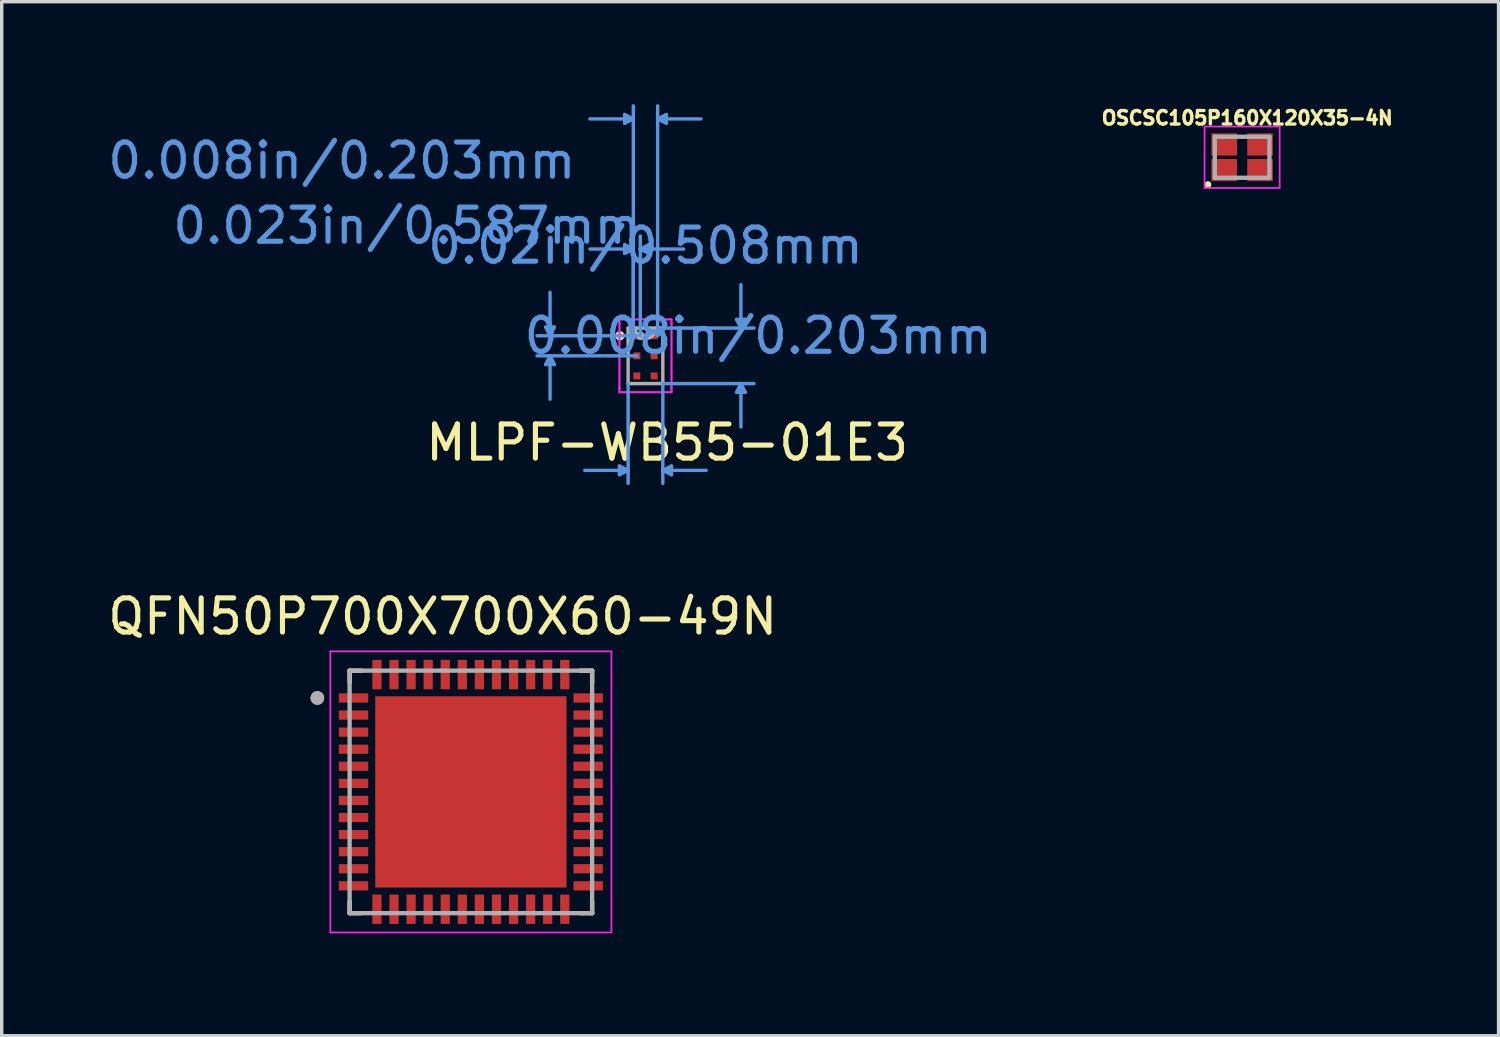
<source format=kicad_pcb>
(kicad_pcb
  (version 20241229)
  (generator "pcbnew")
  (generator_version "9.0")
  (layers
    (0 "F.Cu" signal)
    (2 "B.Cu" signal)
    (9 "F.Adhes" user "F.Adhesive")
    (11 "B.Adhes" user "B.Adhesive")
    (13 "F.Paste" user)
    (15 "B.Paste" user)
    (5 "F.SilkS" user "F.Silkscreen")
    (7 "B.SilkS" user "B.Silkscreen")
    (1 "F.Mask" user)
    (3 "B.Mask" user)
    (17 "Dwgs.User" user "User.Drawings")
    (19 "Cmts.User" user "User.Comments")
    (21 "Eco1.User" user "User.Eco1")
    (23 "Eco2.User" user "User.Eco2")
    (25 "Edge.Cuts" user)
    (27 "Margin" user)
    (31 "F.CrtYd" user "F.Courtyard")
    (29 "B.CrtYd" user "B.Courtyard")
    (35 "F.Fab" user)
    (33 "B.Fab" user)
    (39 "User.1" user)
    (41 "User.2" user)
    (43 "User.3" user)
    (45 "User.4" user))
  (footprint "QFN50P700X700X60-49N"
    (layer "F.Cu")
    (at 10.736 20.135)
    (property "Reference" "QFN50P700X700X60-49N" (at -0.825 -5.135 0) (layer "F.SilkS") (effects (font (size 1 1) (thickness 0.15))))
    (attr through_hole)
    (fp_line (start -3.55 -3.55) (end -3.55 -3.205) (stroke (width 0.127) (type solid)) (layer "F.SilkS"))
    (fp_line (start -3.55 -3.55) (end -3.205 -3.55) (stroke (width 0.127) (type solid)) (layer "F.SilkS"))
    (fp_line (start -3.55 3.55) (end -3.55 3.205) (stroke (width 0.127) (type solid)) (layer "F.SilkS"))
    (fp_line (start -3.55 3.55) (end -3.205 3.55) (stroke (width 0.127) (type solid)) (layer "F.SilkS"))
    (fp_line (start 3.55 -3.55) (end 3.205 -3.55) (stroke (width 0.127) (type solid)) (layer "F.SilkS"))
    (fp_line (start 3.55 -3.55) (end 3.55 -3.205) (stroke (width 0.127) (type solid)) (layer "F.SilkS"))
    (fp_line (start 3.55 3.55) (end 3.205 3.55) (stroke (width 0.127) (type solid)) (layer "F.SilkS"))
    (fp_line (start 3.55 3.55) (end 3.55 3.205) (stroke (width 0.127) (type solid)) (layer "F.SilkS"))
    (fp_circle (center -4.495 -2.75) (end -4.395 -2.75) (stroke (width 0.2) (type solid)) (fill no) (layer "F.SilkS"))
    (fp_poly (pts (xy -2.29 -2.29) (xy -0.51 -2.29) (xy -0.51 -0.51) (xy -2.29 -0.51)) (stroke (width 0.01) (type solid)) (fill yes) (layer "F.Paste"))
    (fp_poly (pts (xy -2.29 0.51) (xy -0.51 0.51) (xy -0.51 2.29) (xy -2.29 2.29)) (stroke (width 0.01) (type solid)) (fill yes) (layer "F.Paste"))
    (fp_poly (pts (xy 0.51 -2.29) (xy 2.29 -2.29) (xy 2.29 -0.51) (xy 0.51 -0.51)) (stroke (width 0.01) (type solid)) (fill yes) (layer "F.Paste"))
    (fp_poly (pts (xy 0.51 0.51) (xy 2.29 0.51) (xy 2.29 2.29) (xy 0.51 2.29)) (stroke (width 0.01) (type solid)) (fill yes) (layer "F.Paste"))
    (fp_line (start -4.115 -4.115) (end 4.115 -4.115) (stroke (width 0.05) (type solid)) (layer "F.CrtYd"))
    (fp_line (start -4.115 4.115) (end -4.115 -4.115) (stroke (width 0.05) (type solid)) (layer "F.CrtYd"))
    (fp_line (start -4.115 4.115) (end 4.115 4.115) (stroke (width 0.05) (type solid)) (layer "F.CrtYd"))
    (fp_line (start 4.115 4.115) (end 4.115 -4.115) (stroke (width 0.05) (type solid)) (layer "F.CrtYd"))
    (fp_line (start -3.55 3.55) (end -3.55 -3.55) (stroke (width 0.127) (type solid)) (layer "F.Fab"))
    (fp_line (start 3.55 -3.55) (end -3.55 -3.55) (stroke (width 0.127) (type solid)) (layer "F.Fab"))
    (fp_line (start 3.55 3.55) (end -3.55 3.55) (stroke (width 0.127) (type solid)) (layer "F.Fab"))
    (fp_line (start 3.55 3.55) (end 3.55 -3.55) (stroke (width 0.127) (type solid)) (layer "F.Fab"))
    (fp_circle (center -4.495 -2.75) (end -4.395 -2.75) (stroke (width 0.2) (type solid)) (fill no) (layer "F.Fab"))
    (pad "1" smd roundrect (at -3.435 -2.75) (size 0.86 0.27) (layers "F.Cu" "F.Mask" "F.Paste") (roundrect_rratio 0.03))
    (pad "2" smd roundrect (at -3.435 -2.25) (size 0.86 0.27) (layers "F.Cu" "F.Mask" "F.Paste") (roundrect_rratio 0.03))
    (pad "3" smd roundrect (at -3.435 -1.75) (size 0.86 0.27) (layers "F.Cu" "F.Mask" "F.Paste") (roundrect_rratio 0.03))
    (pad "4" smd roundrect (at -3.435 -1.25) (size 0.86 0.27) (layers "F.Cu" "F.Mask" "F.Paste") (roundrect_rratio 0.03))
    (pad "5" smd roundrect (at -3.435 -0.75) (size 0.86 0.27) (layers "F.Cu" "F.Mask" "F.Paste") (roundrect_rratio 0.03))
    (pad "6" smd roundrect (at -3.435 -0.25) (size 0.86 0.27) (layers "F.Cu" "F.Mask" "F.Paste") (roundrect_rratio 0.03))
    (pad "7" smd roundrect (at -3.435 0.25) (size 0.86 0.27) (layers "F.Cu" "F.Mask" "F.Paste") (roundrect_rratio 0.03))
    (pad "8" smd roundrect (at -3.435 0.75) (size 0.86 0.27) (layers "F.Cu" "F.Mask" "F.Paste") (roundrect_rratio 0.03))
    (pad "9" smd roundrect (at -3.435 1.25) (size 0.86 0.27) (layers "F.Cu" "F.Mask" "F.Paste") (roundrect_rratio 0.03))
    (pad "10" smd roundrect (at -3.435 1.75) (size 0.86 0.27) (layers "F.Cu" "F.Mask" "F.Paste") (roundrect_rratio 0.03))
    (pad "11" smd roundrect (at -3.435 2.25) (size 0.86 0.27) (layers "F.Cu" "F.Mask" "F.Paste") (roundrect_rratio 0.03))
    (pad "12" smd roundrect (at -3.435 2.75) (size 0.86 0.27) (layers "F.Cu" "F.Mask" "F.Paste") (roundrect_rratio 0.03))
    (pad "13" smd roundrect (at -2.75 3.435 90) (size 0.86 0.27) (layers "F.Cu" "F.Mask" "F.Paste") (roundrect_rratio 0.03))
    (pad "14" smd roundrect (at -2.25 3.435 90) (size 0.86 0.27) (layers "F.Cu" "F.Mask" "F.Paste") (roundrect_rratio 0.03))
    (pad "15" smd roundrect (at -1.75 3.435 90) (size 0.86 0.27) (layers "F.Cu" "F.Mask" "F.Paste") (roundrect_rratio 0.03))
    (pad "16" smd roundrect (at -1.25 3.435 90) (size 0.86 0.27) (layers "F.Cu" "F.Mask" "F.Paste") (roundrect_rratio 0.03))
    (pad "17" smd roundrect (at -0.75 3.435 90) (size 0.86 0.27) (layers "F.Cu" "F.Mask" "F.Paste") (roundrect_rratio 0.03))
    (pad "18" smd roundrect (at -0.25 3.435 90) (size 0.86 0.27) (layers "F.Cu" "F.Mask" "F.Paste") (roundrect_rratio 0.03))
    (pad "19" smd roundrect (at 0.25 3.435 90) (size 0.86 0.27) (layers "F.Cu" "F.Mask" "F.Paste") (roundrect_rratio 0.03))
    (pad "20" smd roundrect (at 0.75 3.435 90) (size 0.86 0.27) (layers "F.Cu" "F.Mask" "F.Paste") (roundrect_rratio 0.03))
    (pad "21" smd roundrect (at 1.25 3.435 90) (size 0.86 0.27) (layers "F.Cu" "F.Mask" "F.Paste") (roundrect_rratio 0.03))
    (pad "22" smd roundrect (at 1.75 3.435 90) (size 0.86 0.27) (layers "F.Cu" "F.Mask" "F.Paste") (roundrect_rratio 0.03))
    (pad "23" smd roundrect (at 2.25 3.435 90) (size 0.86 0.27) (layers "F.Cu" "F.Mask" "F.Paste") (roundrect_rratio 0.03))
    (pad "24" smd roundrect (at 2.75 3.435 90) (size 0.86 0.27) (layers "F.Cu" "F.Mask" "F.Paste") (roundrect_rratio 0.03))
    (pad "25" smd roundrect (at 3.435 2.75) (size 0.86 0.27) (layers "F.Cu" "F.Mask" "F.Paste") (roundrect_rratio 0.03))
    (pad "26" smd roundrect (at 3.435 2.25) (size 0.86 0.27) (layers "F.Cu" "F.Mask" "F.Paste") (roundrect_rratio 0.03))
    (pad "27" smd roundrect (at 3.435 1.75) (size 0.86 0.27) (layers "F.Cu" "F.Mask" "F.Paste") (roundrect_rratio 0.03))
    (pad "28" smd roundrect (at 3.435 1.25) (size 0.86 0.27) (layers "F.Cu" "F.Mask" "F.Paste") (roundrect_rratio 0.03))
    (pad "29" smd roundrect (at 3.435 0.75) (size 0.86 0.27) (layers "F.Cu" "F.Mask" "F.Paste") (roundrect_rratio 0.03))
    (pad "30" smd roundrect (at 3.435 0.25) (size 0.86 0.27) (layers "F.Cu" "F.Mask" "F.Paste") (roundrect_rratio 0.03))
    (pad "31" smd roundrect (at 3.435 -0.25) (size 0.86 0.27) (layers "F.Cu" "F.Mask" "F.Paste") (roundrect_rratio 0.03))
    (pad "32" smd roundrect (at 3.435 -0.75) (size 0.86 0.27) (layers "F.Cu" "F.Mask" "F.Paste") (roundrect_rratio 0.03))
    (pad "33" smd roundrect (at 3.435 -1.25) (size 0.86 0.27) (layers "F.Cu" "F.Mask" "F.Paste") (roundrect_rratio 0.03))
    (pad "34" smd roundrect (at 3.435 -1.75) (size 0.86 0.27) (layers "F.Cu" "F.Mask" "F.Paste") (roundrect_rratio 0.03))
    (pad "35" smd roundrect (at 3.435 -2.25) (size 0.86 0.27) (layers "F.Cu" "F.Mask" "F.Paste") (roundrect_rratio 0.03))
    (pad "36" smd roundrect (at 3.435 -2.75) (size 0.86 0.27) (layers "F.Cu" "F.Mask" "F.Paste") (roundrect_rratio 0.03))
    (pad "37" smd roundrect (at 2.75 -3.435 90) (size 0.86 0.27) (layers "F.Cu" "F.Mask" "F.Paste") (roundrect_rratio 0.03))
    (pad "38" smd roundrect (at 2.25 -3.435 90) (size 0.86 0.27) (layers "F.Cu" "F.Mask" "F.Paste") (roundrect_rratio 0.03))
    (pad "39" smd roundrect (at 1.75 -3.435 90) (size 0.86 0.27) (layers "F.Cu" "F.Mask" "F.Paste") (roundrect_rratio 0.03))
    (pad "40" smd roundrect (at 1.25 -3.435 90) (size 0.86 0.27) (layers "F.Cu" "F.Mask" "F.Paste") (roundrect_rratio 0.03))
    (pad "41" smd roundrect (at 0.75 -3.435 90) (size 0.86 0.27) (layers "F.Cu" "F.Mask" "F.Paste") (roundrect_rratio 0.03))
    (pad "42" smd roundrect (at 0.25 -3.435 90) (size 0.86 0.27) (layers "F.Cu" "F.Mask" "F.Paste") (roundrect_rratio 0.03))
    (pad "43" smd roundrect (at -0.25 -3.435 90) (size 0.86 0.27) (layers "F.Cu" "F.Mask" "F.Paste") (roundrect_rratio 0.03))
    (pad "44" smd roundrect (at -0.75 -3.435 90) (size 0.86 0.27) (layers "F.Cu" "F.Mask" "F.Paste") (roundrect_rratio 0.03))
    (pad "45" smd roundrect (at -1.25 -3.435 90) (size 0.86 0.27) (layers "F.Cu" "F.Mask" "F.Paste") (roundrect_rratio 0.03))
    (pad "46" smd roundrect (at -1.75 -3.435 90) (size 0.86 0.27) (layers "F.Cu" "F.Mask" "F.Paste") (roundrect_rratio 0.03))
    (pad "47" smd roundrect (at -2.25 -3.435 90) (size 0.86 0.27) (layers "F.Cu" "F.Mask" "F.Paste") (roundrect_rratio 0.03))
    (pad "48" smd roundrect (at -2.75 -3.435 90) (size 0.86 0.27) (layers "F.Cu" "F.Mask" "F.Paste") (roundrect_rratio 0.03))
    (pad "49" smd rect (at 0 0) (size 5.6 5.6) (layers "F.Cu" "F.Mask")))
  (footprint "OSCSC105P160X120X35-4N"
    (layer "F.Cu")
    (at 33.316 1.554)
    (property "Reference" "OSCSC105P160X120X35-4N" (at 0.15 -1.151 0) (layer "F.SilkS") (effects (font (size 0.394 0.394) (thickness 0.15))))
    (attr through_hole)
    (fp_poly (pts (xy -0.952 0) (xy -0.1 0) (xy -0.1 0.751) (xy -0.952 0.751)) (stroke (width 0.01) (type solid)) (fill yes) (layer "F.Mask"))
    (fp_poly (pts (xy -0.951 -0.75) (xy -0.1 -0.75) (xy -0.1 0) (xy -0.951 0)) (stroke (width 0.01) (type solid)) (fill yes) (layer "F.Mask"))
    (fp_poly (pts (xy 0.1 0) (xy 0.95 0) (xy 0.95 0.751) (xy 0.1 0.751)) (stroke (width 0.01) (type solid)) (fill yes) (layer "F.Mask"))
    (fp_poly (pts (xy 0.1 -0.75) (xy 0.95 -0.75) (xy 0.95 0) (xy 0.1 0)) (stroke (width 0.01) (type solid)) (fill yes) (layer "F.Mask"))
    (fp_circle (center -1 0.8) (end -0.95 0.8) (stroke (width 0.1) (type solid)) (fill no) (layer "F.SilkS"))
    (fp_line (start -1.1 -0.9) (end -1.1 0.9) (stroke (width 0.05) (type solid)) (layer "F.CrtYd"))
    (fp_line (start -1.1 0.9) (end 1.1 0.9) (stroke (width 0.05) (type solid)) (layer "F.CrtYd"))
    (fp_line (start 1.1 -0.9) (end -1.1 -0.9) (stroke (width 0.05) (type solid)) (layer "F.CrtYd"))
    (fp_line (start 1.1 0.9) (end 1.1 -0.9) (stroke (width 0.05) (type solid)) (layer "F.CrtYd"))
    (fp_line (start -0.8 -0.6) (end 0.8 -0.6) (stroke (width 0.127) (type solid)) (layer "F.Fab"))
    (fp_line (start -0.8 0.6) (end -0.8 -0.6) (stroke (width 0.127) (type solid)) (layer "F.Fab"))
    (fp_line (start 0.8 -0.6) (end 0.8 0.6) (stroke (width 0.127) (type solid)) (layer "F.Fab"))
    (fp_line (start 0.8 0.6) (end -0.8 0.6) (stroke (width 0.127) (type solid)) (layer "F.Fab"))
    (pad "1" smd rect (at -0.525 0.375) (size 0.75 0.65) (layers "F.Cu" "F.Paste"))
    (pad "2" smd rect (at 0.525 0.375) (size 0.75 0.65) (layers "F.Cu" "F.Paste"))
    (pad "3" smd rect (at 0.525 -0.375) (size 0.75 0.65) (layers "F.Cu" "F.Paste"))
    (pad "4" smd rect (at -0.525 -0.375) (size 0.75 0.65) (layers "F.Cu" "F.Paste")))
  (footprint "MLPF-WB55-01E3"
    (layer "F.Cu")
    (at 15.848 7.368)
    (property "Reference" "MLPF-WB55-01E3" (at 0.635 2.54 0) (layer "F.SilkS") (effects (font (size 1 1) (thickness 0.15))))
    (attr through_hole)
    (fp_arc (start -0.68834 -0.543209) (mid -0.8269 -0.587) (end -0.68834 -0.630791) (stroke (width 0.12) (type solid)) (layer "F.SilkS"))
    (fp_line (start -2.921 -0.841) (end -2.667 -0.841) (stroke (width 0.1) (type solid)) (layer "Cmts.User"))
    (fp_line (start -2.921 0.254) (end -2.667 0.254) (stroke (width 0.1) (type solid)) (layer "Cmts.User"))
    (fp_line (start -2.794 -0.587) (end -2.921 -0.841) (stroke (width 0.1) (type solid)) (layer "Cmts.User"))
    (fp_line (start -2.794 -0.587) (end -2.794 -1.857) (stroke (width 0.1) (type solid)) (layer "Cmts.User"))
    (fp_line (start -2.794 -0.587) (end -2.667 -0.841) (stroke (width 0.1) (type solid)) (layer "Cmts.User"))
    (fp_line (start -2.794 0) (end -2.921 0.254) (stroke (width 0.1) (type solid)) (layer "Cmts.User"))
    (fp_line (start -2.794 0) (end -2.794 1.27) (stroke (width 0.1) (type solid)) (layer "Cmts.User"))
    (fp_line (start -2.794 0) (end -2.667 0.254) (stroke (width 0.1) (type solid)) (layer "Cmts.User"))
    (fp_line (start -0.762 3.226) (end -0.762 3.48) (stroke (width 0.1) (type solid)) (layer "Cmts.User"))
    (fp_line (start -0.61 -7.064) (end -0.61 -6.81) (stroke (width 0.1) (type solid)) (layer "Cmts.User"))
    (fp_line (start -0.61 -3.254) (end -0.61 -3) (stroke (width 0.1) (type solid)) (layer "Cmts.User"))
    (fp_line (start -0.508 0.813) (end -0.508 3.734) (stroke (width 0.1) (type solid)) (layer "Cmts.User"))
    (fp_line (start -0.508 3.353) (end -1.778 3.353) (stroke (width 0.1) (type solid)) (layer "Cmts.User"))
    (fp_line (start -0.508 3.353) (end -0.762 3.226) (stroke (width 0.1) (type solid)) (layer "Cmts.User"))
    (fp_line (start -0.508 3.353) (end -0.762 3.48) (stroke (width 0.1) (type solid)) (layer "Cmts.User"))
    (fp_line (start -0.356 -6.937) (end -1.626 -6.937) (stroke (width 0.1) (type solid)) (layer "Cmts.User"))
    (fp_line (start -0.356 -6.937) (end -0.61 -7.064) (stroke (width 0.1) (type solid)) (layer "Cmts.User"))
    (fp_line (start -0.356 -6.937) (end -0.61 -6.81) (stroke (width 0.1) (type solid)) (layer "Cmts.User"))
    (fp_line (start -0.356 -3.127) (end -1.626 -3.127) (stroke (width 0.1) (type solid)) (layer "Cmts.User"))
    (fp_line (start -0.356 -3.127) (end -0.61 -3.254) (stroke (width 0.1) (type solid)) (layer "Cmts.User"))
    (fp_line (start -0.356 -3.127) (end -0.61 -3) (stroke (width 0.1) (type solid)) (layer "Cmts.User"))
    (fp_line (start -0.356 -0.587) (end -0.356 -7.318) (stroke (width 0.1) (type solid)) (layer "Cmts.User"))
    (fp_line (start -0.356 -0.587) (end -0.356 -3.508) (stroke (width 0.1) (type solid)) (layer "Cmts.User"))
    (fp_line (start -0.254 -0.587) (end -3.175 -0.587) (stroke (width 0.1) (type solid)) (layer "Cmts.User"))
    (fp_line (start -0.254 0) (end -3.175 0) (stroke (width 0.1) (type solid)) (layer "Cmts.User"))
    (fp_line (start -0.152 -3.127) (end 0.102 -3.254) (stroke (width 0.1) (type solid)) (layer "Cmts.User"))
    (fp_line (start -0.152 -3.127) (end 0.102 -3) (stroke (width 0.1) (type solid)) (layer "Cmts.User"))
    (fp_line (start -0.152 -3.127) (end 1.118 -3.127) (stroke (width 0.1) (type solid)) (layer "Cmts.User"))
    (fp_line (start -0.152 -0.587) (end -0.152 -3.508) (stroke (width 0.1) (type solid)) (layer "Cmts.User"))
    (fp_line (start 0.102 -3.254) (end 0.102 -3) (stroke (width 0.1) (type solid)) (layer "Cmts.User"))
    (fp_line (start 0.356 -6.937) (end 0.61 -7.064) (stroke (width 0.1) (type solid)) (layer "Cmts.User"))
    (fp_line (start 0.356 -6.937) (end 0.61 -6.81) (stroke (width 0.1) (type solid)) (layer "Cmts.User"))
    (fp_line (start 0.356 -6.937) (end 1.626 -6.937) (stroke (width 0.1) (type solid)) (layer "Cmts.User"))
    (fp_line (start 0.356 -0.587) (end 0.356 -7.318) (stroke (width 0.1) (type solid)) (layer "Cmts.User"))
    (fp_line (start 0.508 -0.813) (end 3.175 -0.813) (stroke (width 0.1) (type solid)) (layer "Cmts.User"))
    (fp_line (start 0.508 0.813) (end 0.508 3.734) (stroke (width 0.1) (type solid)) (layer "Cmts.User"))
    (fp_line (start 0.508 0.813) (end 3.175 0.813) (stroke (width 0.1) (type solid)) (layer "Cmts.User"))
    (fp_line (start 0.508 3.353) (end 0.762 3.226) (stroke (width 0.1) (type solid)) (layer "Cmts.User"))
    (fp_line (start 0.508 3.353) (end 0.762 3.48) (stroke (width 0.1) (type solid)) (layer "Cmts.User"))
    (fp_line (start 0.508 3.353) (end 1.778 3.353) (stroke (width 0.1) (type solid)) (layer "Cmts.User"))
    (fp_line (start 0.61 -7.064) (end 0.61 -6.81) (stroke (width 0.1) (type solid)) (layer "Cmts.User"))
    (fp_line (start 0.762 3.226) (end 0.762 3.48) (stroke (width 0.1) (type solid)) (layer "Cmts.User"))
    (fp_line (start 2.667 -1.067) (end 2.921 -1.067) (stroke (width 0.1) (type solid)) (layer "Cmts.User"))
    (fp_line (start 2.667 1.067) (end 2.921 1.067) (stroke (width 0.1) (type solid)) (layer "Cmts.User"))
    (fp_line (start 2.794 -0.813) (end 2.667 -1.067) (stroke (width 0.1) (type solid)) (layer "Cmts.User"))
    (fp_line (start 2.794 -0.813) (end 2.794 -2.083) (stroke (width 0.1) (type solid)) (layer "Cmts.User"))
    (fp_line (start 2.794 -0.813) (end 2.921 -1.067) (stroke (width 0.1) (type solid)) (layer "Cmts.User"))
    (fp_line (start 2.794 0.813) (end 2.667 1.067) (stroke (width 0.1) (type solid)) (layer "Cmts.User"))
    (fp_line (start 2.794 0.813) (end 2.794 2.083) (stroke (width 0.1) (type solid)) (layer "Cmts.User"))
    (fp_line (start 2.794 0.813) (end 2.921 1.067) (stroke (width 0.1) (type solid)) (layer "Cmts.User"))
    (fp_line (start -0.762 -1.067) (end 0.762 -1.067) (stroke (width 0.05) (type solid)) (layer "F.CrtYd"))
    (fp_line (start -0.762 -1.067) (end 0.762 -1.067) (stroke (width 0.05) (type solid)) (layer "F.CrtYd"))
    (fp_line (start -0.762 -0.943) (end -0.762 -1.067) (stroke (width 0.05) (type solid)) (layer "F.CrtYd"))
    (fp_line (start -0.762 -0.943) (end -0.762 -1.067) (stroke (width 0.05) (type solid)) (layer "F.CrtYd"))
    (fp_line (start -0.762 -0.943) (end -0.762 -0.943) (stroke (width 0.05) (type solid)) (layer "F.CrtYd"))
    (fp_line (start -0.762 -0.943) (end -0.762 -0.943) (stroke (width 0.05) (type solid)) (layer "F.CrtYd"))
    (fp_line (start -0.762 0.943) (end -0.762 -0.943) (stroke (width 0.05) (type solid)) (layer "F.CrtYd"))
    (fp_line (start -0.762 0.943) (end -0.762 -0.943) (stroke (width 0.05) (type solid)) (layer "F.CrtYd"))
    (fp_line (start -0.762 0.943) (end -0.762 0.943) (stroke (width 0.05) (type solid)) (layer "F.CrtYd"))
    (fp_line (start -0.762 0.943) (end -0.762 0.943) (stroke (width 0.05) (type solid)) (layer "F.CrtYd"))
    (fp_line (start -0.762 1.067) (end -0.762 0.943) (stroke (width 0.05) (type solid)) (layer "F.CrtYd"))
    (fp_line (start -0.762 1.067) (end -0.762 0.943) (stroke (width 0.05) (type solid)) (layer "F.CrtYd"))
    (fp_line (start 0.762 -1.067) (end 0.762 -0.943) (stroke (width 0.05) (type solid)) (layer "F.CrtYd"))
    (fp_line (start 0.762 -1.067) (end 0.762 -0.943) (stroke (width 0.05) (type solid)) (layer "F.CrtYd"))
    (fp_line (start 0.762 -0.943) (end 0.762 -0.943) (stroke (width 0.05) (type solid)) (layer "F.CrtYd"))
    (fp_line (start 0.762 -0.943) (end 0.762 -0.943) (stroke (width 0.05) (type solid)) (layer "F.CrtYd"))
    (fp_line (start 0.762 -0.943) (end 0.762 0.943) (stroke (width 0.05) (type solid)) (layer "F.CrtYd"))
    (fp_line (start 0.762 -0.943) (end 0.762 0.943) (stroke (width 0.05) (type solid)) (layer "F.CrtYd"))
    (fp_line (start 0.762 0.943) (end 0.762 0.943) (stroke (width 0.05) (type solid)) (layer "F.CrtYd"))
    (fp_line (start 0.762 0.943) (end 0.762 0.943) (stroke (width 0.05) (type solid)) (layer "F.CrtYd"))
    (fp_line (start 0.762 0.943) (end 0.762 1.067) (stroke (width 0.05) (type solid)) (layer "F.CrtYd"))
    (fp_line (start 0.762 0.943) (end 0.762 1.067) (stroke (width 0.05) (type solid)) (layer "F.CrtYd"))
    (fp_line (start 0.762 1.067) (end -0.762 1.067) (stroke (width 0.05) (type solid)) (layer "F.CrtYd"))
    (fp_line (start 0.762 1.067) (end -0.762 1.067) (stroke (width 0.05) (type solid)) (layer "F.CrtYd"))
    (fp_line (start -0.508 -0.813) (end -0.508 0.813) (stroke (width 0.1) (type solid)) (layer "F.Fab"))
    (fp_line (start -0.508 0.813) (end 0.508 0.813) (stroke (width 0.1) (type solid)) (layer "F.Fab"))
    (fp_line (start 0.508 -0.813) (end -0.508 -0.813) (stroke (width 0.1) (type solid)) (layer "F.Fab"))
    (fp_line (start 0.508 0.813) (end 0.508 -0.813) (stroke (width 0.1) (type solid)) (layer "F.Fab"))
    (fp_arc (start 0.3048 -0.8128) (mid 0 -0.508) (end -0.3048 -0.8128) (stroke (width 0.1) (type solid)) (layer "F.Fab"))
    (fp_circle (center -0.152 -0.587) (end -0.076 -0.587) (stroke (width 0.1) (type solid)) (fill no) (layer "F.Fab"))
    (fp_text user "0.008in/0.203mm" (at -8.89 -5.715 0) (layer "Cmts.User") (effects (font (size 1 1) (thickness 0.15))))
    (fp_text user "0.02in/0.508mm" (at 0 -3.226 0) (layer "Cmts.User") (effects (font (size 1 1) (thickness 0.15))))
    (fp_text user "Copyright 2021 Accelerated Designs. All rights reserved." (at 0 0 0) (layer "Cmts.User") (effects (font (size 0.127 0.127) (thickness 0.002))))
    (fp_text user "0.008in/0.203mm" (at 3.302 -0.587 0) (layer "Cmts.User") (effects (font (size 1 1) (thickness 0.15))))
    (fp_text user "0.023in/0.587mm" (at -6.985 -3.81 0) (layer "Cmts.User") (effects (font (size 1 1) (thickness 0.15))))
    (pad "1" smd rect (at -0.254 -0.587) (size 0.203 0.203) (layers "F.Cu" "F.Mask" "F.Paste"))
    (pad "2" smd rect (at -0.254 0) (size 0.203 0.203) (layers "F.Cu" "F.Mask" "F.Paste"))
    (pad "3" smd rect (at -0.254 0.587) (size 0.203 0.203) (layers "F.Cu" "F.Mask" "F.Paste"))
    (pad "4" smd rect (at 0.254 0.587) (size 0.203 0.203) (layers "F.Cu" "F.Mask" "F.Paste"))
    (pad "5" smd rect (at 0.254 0) (size 0.203 0.203) (layers "F.Cu" "F.Mask" "F.Paste"))
    (pad "6" smd rect (at 0.254 -0.587) (size 0.203 0.203) (layers "F.Cu" "F.Mask" "F.Paste")))
  (gr_rect
    (start -3 -3)
    (end 40.824 27.275)
    (stroke (width 0.1) (type default))
    (fill no)
    (layer "Edge.Cuts")))
</source>
